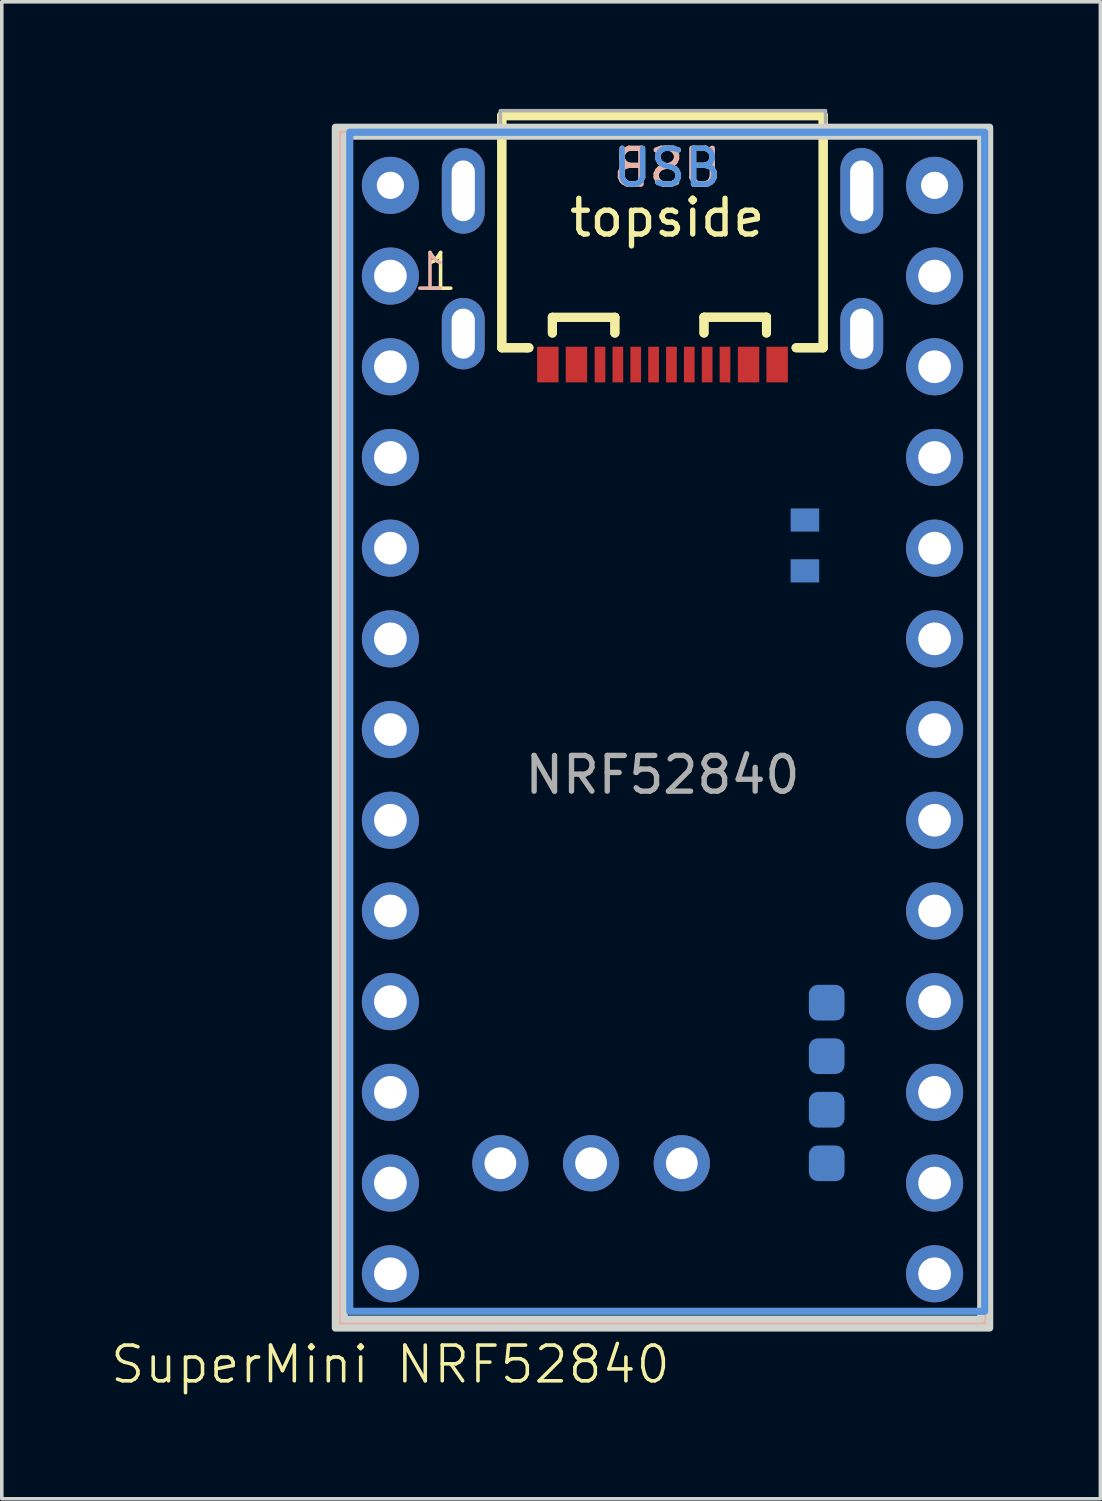
<source format=kicad_pcb>
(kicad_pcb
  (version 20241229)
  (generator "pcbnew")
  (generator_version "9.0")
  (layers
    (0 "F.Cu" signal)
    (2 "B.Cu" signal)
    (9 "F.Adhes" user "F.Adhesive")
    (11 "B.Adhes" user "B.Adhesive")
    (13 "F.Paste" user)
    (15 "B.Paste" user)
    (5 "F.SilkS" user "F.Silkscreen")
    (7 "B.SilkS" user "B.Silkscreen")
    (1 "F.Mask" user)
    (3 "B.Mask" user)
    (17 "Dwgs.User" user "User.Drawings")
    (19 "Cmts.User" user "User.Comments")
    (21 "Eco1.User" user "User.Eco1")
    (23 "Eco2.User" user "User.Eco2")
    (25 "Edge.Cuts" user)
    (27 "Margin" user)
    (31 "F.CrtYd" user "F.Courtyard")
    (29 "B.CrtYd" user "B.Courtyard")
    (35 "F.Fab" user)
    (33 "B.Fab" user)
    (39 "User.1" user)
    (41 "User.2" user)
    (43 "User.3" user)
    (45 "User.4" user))
  (footprint "SuperMini NRF52840"
    (layer "F.Cu")
    (at 7.883 2.141)
    (property "Reference" "SuperMini NRF52840" (at 0 33.02 0) (unlocked yes) (layer "F.SilkS") (effects (font (size 1 1) (thickness 0.1))))
    (attr through_hole)
    (fp_line (start 3.116 4.548) (end 3.824 4.548) (stroke (width 0.254) (type solid)) (layer "F.SilkS"))
    (fp_line (start 3.116 4.548) (end 3.824 4.548) (stroke (width 0.254) (type solid)) (layer "F.SilkS"))
    (fp_line (start 3.12 -1.952) (end 3.12 4.548) (stroke (width 0.254) (type solid)) (layer "F.SilkS"))
    (fp_line (start 3.12 -1.952) (end 3.12 4.548) (stroke (width 0.254) (type solid)) (layer "F.SilkS"))
    (fp_line (start 3.12 -1.952) (end 3.17 -1.952) (stroke (width 0.254) (type solid)) (layer "F.SilkS"))
    (fp_line (start 3.12 -1.952) (end 3.17 -1.952) (stroke (width 0.254) (type solid)) (layer "F.SilkS"))
    (fp_line (start 3.17 -1.952) (end 12.12 -1.952) (stroke (width 0.254) (type solid)) (layer "F.SilkS"))
    (fp_line (start 3.17 -1.952) (end 12.12 -1.952) (stroke (width 0.254) (type solid)) (layer "F.SilkS"))
    (fp_line (start 3.824 4.548) (end 3.879 4.548) (stroke (width 0.254) (type solid)) (layer "F.SilkS"))
    (fp_line (start 3.824 4.548) (end 3.879 4.548) (stroke (width 0.254) (type solid)) (layer "F.SilkS"))
    (fp_line (start 4.536 3.695) (end 4.536 4.136) (stroke (width 0.254) (type solid)) (layer "F.SilkS"))
    (fp_line (start 4.536 3.695) (end 4.536 4.136) (stroke (width 0.254) (type solid)) (layer "F.SilkS"))
    (fp_line (start 4.536 3.695) (end 6.286 3.695) (stroke (width 0.254) (type solid)) (layer "F.SilkS"))
    (fp_line (start 4.536 3.695) (end 6.286 3.695) (stroke (width 0.254) (type solid)) (layer "F.SilkS"))
    (fp_line (start 6.286 3.695) (end 6.286 4.136) (stroke (width 0.254) (type solid)) (layer "F.SilkS"))
    (fp_line (start 6.286 3.695) (end 6.286 4.136) (stroke (width 0.254) (type solid)) (layer "F.SilkS"))
    (fp_line (start 8.782 3.693) (end 8.782 4.136) (stroke (width 0.254) (type solid)) (layer "F.SilkS"))
    (fp_line (start 8.782 3.693) (end 8.782 4.136) (stroke (width 0.254) (type solid)) (layer "F.SilkS"))
    (fp_line (start 8.782 3.693) (end 10.532 3.693) (stroke (width 0.254) (type solid)) (layer "F.SilkS"))
    (fp_line (start 8.782 3.693) (end 10.532 3.693) (stroke (width 0.254) (type solid)) (layer "F.SilkS"))
    (fp_line (start 10.532 3.693) (end 10.532 4.135) (stroke (width 0.254) (type solid)) (layer "F.SilkS"))
    (fp_line (start 10.532 3.693) (end 10.532 4.135) (stroke (width 0.254) (type solid)) (layer "F.SilkS"))
    (fp_line (start 11.361 4.548) (end 12.12 4.548) (stroke (width 0.254) (type solid)) (layer "F.SilkS"))
    (fp_line (start 11.361 4.548) (end 12.12 4.548) (stroke (width 0.254) (type solid)) (layer "F.SilkS"))
    (fp_line (start 12.12 -1.952) (end 12.12 4.548) (stroke (width 0.254) (type solid)) (layer "F.SilkS"))
    (fp_line (start 12.12 -1.952) (end 12.12 4.548) (stroke (width 0.254) (type solid)) (layer "F.SilkS"))
    (fp_rect (start 16.642 -1.488) (end -1.402 31.85) (stroke (width 0.2) (type default)) (fill no) (layer "F.SilkS"))
    (fp_rect (start 16.642 -1.488) (end -1.402 31.85) (stroke (width 0.2) (type default)) (fill no) (layer "B.SilkS"))
    (fp_rect (start 16.642 -1.488) (end -1.138 31.532) (stroke (width 0.2) (type solid)) (fill no) (layer "Cmts.User"))
    (fp_line (start 3.15 -1.947) (end 3.15 4.553) (stroke (width 0.051) (type solid)) (layer "Eco1.User"))
    (fp_line (start 3.15 -1.947) (end 12.09 -1.947) (stroke (width 0.051) (type solid)) (layer "Eco1.User"))
    (fp_line (start 3.15 4.553) (end 12.09 4.553) (stroke (width 0.051) (type solid)) (layer "Eco1.User"))
    (fp_line (start 12.09 -1.947) (end 12.09 4.553) (stroke (width 0.051) (type solid)) (layer "Eco1.User"))
    (fp_rect (start 16.532 -1.378) (end -1.292 31.75) (stroke (width 0.2) (type default)) (fill no) (layer "Edge.Cuts"))
    (fp_rect (start 16.782 -1.628) (end -1.542 32) (stroke (width 0.2) (type default)) (fill no) (layer "Edge.Cuts"))
    (fp_rect (start 3.079 -1.398) (end 12.186 -2.091) (stroke (width 0.1) (type default)) (fill no) (layer "F.Fab"))
    (fp_circle (center 4.42 4.898) (end 4.57 4.898) (stroke (width 0.3) (type solid)) (fill no) (layer "User.6"))
    (fp_text user "topside" (at 7.752 1.492 0) (unlocked yes) (layer "F.SilkS") (effects (font (size 1 1) (thickness 0.15)) (justify bottom)))
    (fp_text user "1" (at 0.863 3.007 0) (unlocked yes) (layer "F.SilkS") (effects (font (size 1 1) (thickness 0.1)) (justify left bottom)))
    (fp_text user "USB" (at 7.752 0.092 0) (unlocked yes) (layer "F.SilkS") (effects (font (size 1 1) (thickness 0.15)) (justify bottom)))
    (fp_text user "1" (at 1.651 3.006 0) (unlocked yes) (layer "B.SilkS") (effects (font (size 1 1) (thickness 0.1)) (justify left bottom mirror)))
    (fp_text user "USB" (at 7.752 0.092 0) (unlocked yes) (layer "B.SilkS") (effects (font (size 1 1) (thickness 0.15)) (justify bottom mirror)))
    (fp_text user "USB" (at 7.752 0.092 0) (layer "Cmts.User") (effects (font (size 1 1) (thickness 0.15)) (justify bottom)))
    (fp_text user "NRF52840" (at 7.62 16.51 0) (unlocked yes) (layer "F.Fab") (effects (font (size 1 1) (thickness 0.15))))
    (pad "0" smd roundrect (at 12.218 22.888 90) (size 1 1) (layers "B.Cu" "B.Mask" "B.Paste") (roundrect_rratio 0.25))
    (pad "0" smd roundrect (at 12.218 24.387 270) (size 1 1) (layers "B.Cu" "B.Mask" "B.Paste") (roundrect_rratio 0.25))
    (pad "0" smd roundrect (at 12.218 25.887 270) (size 1 1) (layers "B.Cu" "B.Mask" "B.Paste") (roundrect_rratio 0.25))
    (pad "0" smd roundrect (at 12.218 27.387 90) (size 1 1) (layers "B.Cu" "B.Mask" "B.Paste") (roundrect_rratio 0.25))
    (pad "1" thru_hole circle (at 0 2.54 90) (size 1.6 1.6) (drill 0.914) (layers "*.Cu" "*.Mask"))
    (pad "1" smd rect (at 11.608 10.796) (size 0.8 0.65) (layers "B.Cu" "B.Mask" "B.Paste"))
    (pad "2" thru_hole circle (at 0 5.08 90) (size 1.6 1.6) (drill 0.914) (layers "*.Cu" "*.Mask"))
    (pad "2" smd rect (at 11.608 9.372) (size 0.8 0.65) (layers "B.Cu" "B.Mask" "B.Paste"))
    (pad "3" thru_hole circle (at 0 7.62 90) (size 1.6 1.6) (drill 0.914) (layers "*.Cu" "*.Mask"))
    (pad "4" thru_hole circle (at 0 10.16 90) (size 1.6 1.6) (drill 0.914) (layers "*.Cu" "*.Mask"))
    (pad "5" thru_hole circle (at 0 12.7 90) (size 1.6 1.6) (drill 0.914) (layers "*.Cu" "*.Mask"))
    (pad "6" thru_hole circle (at 0 15.24 90) (size 1.6 1.6) (drill 0.914) (layers "*.Cu" "*.Mask"))
    (pad "7" thru_hole circle (at 0 17.78 90) (size 1.6 1.6) (drill 0.914) (layers "*.Cu" "*.Mask"))
    (pad "8" thru_hole circle (at 0 20.32 90) (size 1.6 1.6) (drill 0.914) (layers "*.Cu" "*.Mask"))
    (pad "9" thru_hole circle (at 0 22.86 90) (size 1.6 1.6) (drill 0.914) (layers "*.Cu" "*.Mask"))
    (pad "10" thru_hole circle (at 0 25.4 90) (size 1.6 1.6) (drill 0.914) (layers "*.Cu" "*.Mask"))
    (pad "11" thru_hole circle (at 0 27.94 90) (size 1.6 1.6) (drill 0.914) (layers "*.Cu" "*.Mask"))
    (pad "12" thru_hole circle (at 0 30.48 90) (size 1.6 1.6) (drill 0.914) (layers "*.Cu" "*.Mask"))
    (pad "13" thru_hole circle (at 15.24 2.54 270) (size 1.6 1.6) (drill 0.914) (layers "*.Cu" "*.Mask"))
    (pad "14" thru_hole circle (at 15.24 5.08 270) (size 1.6 1.6) (drill 0.914) (layers "*.Cu" "*.Mask"))
    (pad "15" thru_hole oval (at 13.2 0.153 180) (size 1.2 2.4) (drill oval 0.65 1.7) (layers "*.Cu" "*.Mask"))
    (pad "15" thru_hole circle (at 15.24 7.62 270) (size 1.6 1.6) (drill 0.914) (layers "*.Cu" "*.Mask"))
    (pad "16" thru_hole circle (at 15.24 10.16 270) (size 1.6 1.6) (drill 0.914) (layers "*.Cu" "*.Mask"))
    (pad "17" thru_hole circle (at 15.24 12.7 270) (size 1.6 1.6) (drill 0.914) (layers "*.Cu" "*.Mask"))
    (pad "18" thru_hole circle (at 15.24 15.24 270) (size 1.6 1.6) (drill 0.914) (layers "*.Cu" "*.Mask"))
    (pad "19" thru_hole circle (at 15.24 17.78 270) (size 1.6 1.6) (drill 0.914) (layers "*.Cu" "*.Mask"))
    (pad "20" thru_hole circle (at 15.24 20.32 270) (size 1.6 1.6) (drill 0.914) (layers "*.Cu" "*.Mask"))
    (pad "21" thru_hole circle (at 15.24 22.86 270) (size 1.6 1.6) (drill 0.914) (layers "*.Cu" "*.Mask"))
    (pad "22" thru_hole circle (at 15.24 25.4 270) (size 1.6 1.6) (drill 0.914) (layers "*.Cu" "*.Mask"))
    (pad "23" thru_hole circle (at 15.24 27.94 270) (size 1.6 1.6) (drill 0.914) (layers "*.Cu" "*.Mask"))
    (pad "24" thru_hole circle (at 15.24 30.48 270) (size 1.6 1.6) (drill 0.914) (layers "*.Cu" "*.Mask"))
    (pad "25" thru_hole circle (at 3.08 27.385 270) (size 1.575 1.575) (drill 0.889) (layers "*.Cu" "*.Mask"))
    (pad "26" thru_hole circle (at 5.62 27.385 270) (size 1.575 1.575) (drill 0.889) (layers "*.Cu" "*.Mask"))
    (pad "27" thru_hole circle (at 8.16 27.385 270) (size 1.575 1.575) (drill 0.889) (layers "*.Cu" "*.Mask"))
    (pad "28" thru_hole circle (at 0 0 90) (size 1.6 1.6) (drill 0.762) (layers "*.Cu" "*.Mask"))
    (pad "29" thru_hole circle (at 15.24 -0.00001 270) (size 1.6 1.6) (drill 0.762) (layers "*.Cu" "*.Mask"))
    (pad "30" thru_hole oval (at 2.04 4.153 180) (size 1.2 2) (drill oval 0.65 1.4) (layers "*.Cu" "*.Mask"))
    (pad "31" thru_hole oval (at 2.04 0.153 180) (size 1.2 2.4) (drill oval 0.65 1.7) (layers "*.Cu" "*.Mask"))
    (pad "32" thru_hole oval (at 13.2 4.153 180) (size 1.2 2) (drill oval 0.65 1.4) (layers "*.Cu" "*.Mask"))
    (pad "A5" smd rect (at 8.87 5.018 180) (size 0.3 1) (layers "F.Cu" "F.Mask" "F.Paste"))
    (pad "A6" smd rect (at 7.87 5.018 180) (size 0.3 1) (layers "F.Cu" "F.Mask" "F.Paste"))
    (pad "A7" smd rect (at 7.37 5.018 180) (size 0.3 1) (layers "F.Cu" "F.Mask" "F.Paste"))
    (pad "A8" smd rect (at 6.37 5.018 180) (size 0.3 1) (layers "F.Cu" "F.Mask" "F.Paste"))
    (pad "A9B4" smd rect (at 5.21 5.018 180) (size 0.6 1) (layers "F.Cu" "F.Mask" "F.Paste"))
    (pad "A12B1" smd rect (at 4.41 5.018 180) (size 0.6 1) (layers "F.Cu" "F.Mask" "F.Paste"))
    (pad "B5" smd rect (at 5.87 5.018 180) (size 0.3 1) (layers "F.Cu" "F.Mask" "F.Paste"))
    (pad "B6" smd rect (at 6.87 5.018 180) (size 0.3 1) (layers "F.Cu" "F.Mask" "F.Paste"))
    (pad "B7" smd rect (at 8.37 5.018 180) (size 0.3 1) (layers "F.Cu" "F.Mask" "F.Paste"))
    (pad "B8" smd rect (at 9.37 5.018 180) (size 0.3 1) (layers "F.Cu" "F.Mask" "F.Paste"))
    (pad "B9A4" smd rect (at 10.03 5.018) (size 0.6 1) (layers "F.Cu" "F.Mask" "F.Paste"))
    (pad "B12A1" smd rect (at 10.83 5.018) (size 0.6 1) (layers "F.Cu" "F.Mask" "F.Paste"))
    (zone (net_name "") (layers "F.Cu" "B.Cu") (hatch edge 0.5) (connect_pads) (min_thickness 0.25) (filled_areas_thickness no) (keepout (tracks not_allowed) (vias not_allowed) (pads not_allowed) (copperpour not_allowed) (footprints allowed)) (placement (enabled no)) (fill) (polygon (pts (xy 11.126 6.505) (xy 11.087 6.565) (xy 11.022 6.595) (xy 10.951 6.584) (xy 10.897 6.538) (xy 10.877 6.469) (xy 10.877 0.188) (xy 10.882 0.152) (xy 10.921 0.092) (xy 10.986 0.062) (xy 11.057 0.072) (xy 11.111 0.119) (xy 11.131 0.188) (xy 11.131 6.469))))
    (zone (net_name "") (layers "F.Cu" "B.Cu") (hatch edge 0.5) (connect_pads) (min_thickness 0.25) (filled_areas_thickness no) (keepout (tracks not_allowed) (vias not_allowed) (pads not_allowed) (copperpour not_allowed) (footprints allowed)) (placement (enabled no)) (fill) (polygon (pts (xy 11.126 6.505) (xy 11.087 6.565) (xy 11.022 6.595) (xy 10.951 6.584) (xy 10.897 6.538) (xy 10.877 6.469) (xy 10.877 0.188) (xy 10.882 0.152) (xy 10.921 0.092) (xy 10.986 0.062) (xy 11.057 0.072) (xy 11.111 0.119) (xy 11.131 0.188) (xy 11.131 6.469))))
    (zone (net_name "") (layers "F.Cu" "B.Cu") (hatch edge 0.5) (connect_pads) (min_thickness 0.25) (filled_areas_thickness no) (keepout (tracks not_allowed) (vias not_allowed) (pads not_allowed) (copperpour not_allowed) (footprints allowed)) (placement (enabled no)) (fill) (polygon (pts (xy 20.039 6.347) (xy 20.099 6.386) (xy 20.129 6.451) (xy 20.119 6.522) (xy 20.072 6.576) (xy 20.003 6.596) (xy 11.004 6.596) (xy 10.968 6.591) (xy 10.908 6.552) (xy 10.878 6.487) (xy 10.888 6.416) (xy 10.935 6.362) (xy 11.004 6.342) (xy 20.003 6.342))))
    (zone (net_name "") (layers "F.Cu" "B.Cu") (hatch edge 0.5) (connect_pads) (min_thickness 0.25) (filled_areas_thickness no) (keepout (tracks not_allowed) (vias not_allowed) (pads not_allowed) (copperpour not_allowed) (footprints allowed)) (placement (enabled no)) (fill) (polygon (pts (xy 20.039 6.347) (xy 20.099 6.386) (xy 20.129 6.451) (xy 20.119 6.522) (xy 20.072 6.576) (xy 20.003 6.596) (xy 11.004 6.596) (xy 10.968 6.591) (xy 10.908 6.552) (xy 10.878 6.487) (xy 10.888 6.416) (xy 10.935 6.362) (xy 11.004 6.342) (xy 20.003 6.342))))
    (zone (net_name "") (layers "F.Cu" "B.Cu") (hatch edge 0.5) (connect_pads) (min_thickness 0.25) (filled_areas_thickness no) (keepout (tracks not_allowed) (vias not_allowed) (pads not_allowed) (copperpour not_allowed) (footprints allowed)) (placement (enabled no)) (fill) (polygon (pts (xy 20.125 6.505) (xy 20.086 6.565) (xy 20.021 6.595) (xy 19.95 6.584) (xy 19.896 6.538) (xy 19.876 6.469) (xy 19.876 0.188) (xy 19.881 0.152) (xy 19.92 0.092) (xy 19.985 0.062) (xy 20.056 0.072) (xy 20.11 0.119) (xy 20.13 0.188) (xy 20.13 6.469))))
    (zone (net_name "") (layers "F.Cu" "B.Cu") (hatch edge 0.5) (connect_pads) (min_thickness 0.25) (filled_areas_thickness no) (keepout (tracks not_allowed) (vias not_allowed) (pads not_allowed) (copperpour not_allowed) (footprints allowed)) (placement (enabled no)) (fill) (polygon (pts (xy 20.125 6.505) (xy 20.086 6.565) (xy 20.021 6.595) (xy 19.95 6.584) (xy 19.896 6.538) (xy 19.876 6.469) (xy 19.876 0.188) (xy 19.881 0.152) (xy 19.92 0.092) (xy 19.985 0.062) (xy 20.056 0.072) (xy 20.11 0.119) (xy 20.13 0.188) (xy 20.13 6.469)))))
  (gr_rect
    (start -3 -3)
    (end 27.766 38.922)
    (stroke (width 0.1) (type default))
    (fill no)
    (layer "Edge.Cuts")))
</source>
